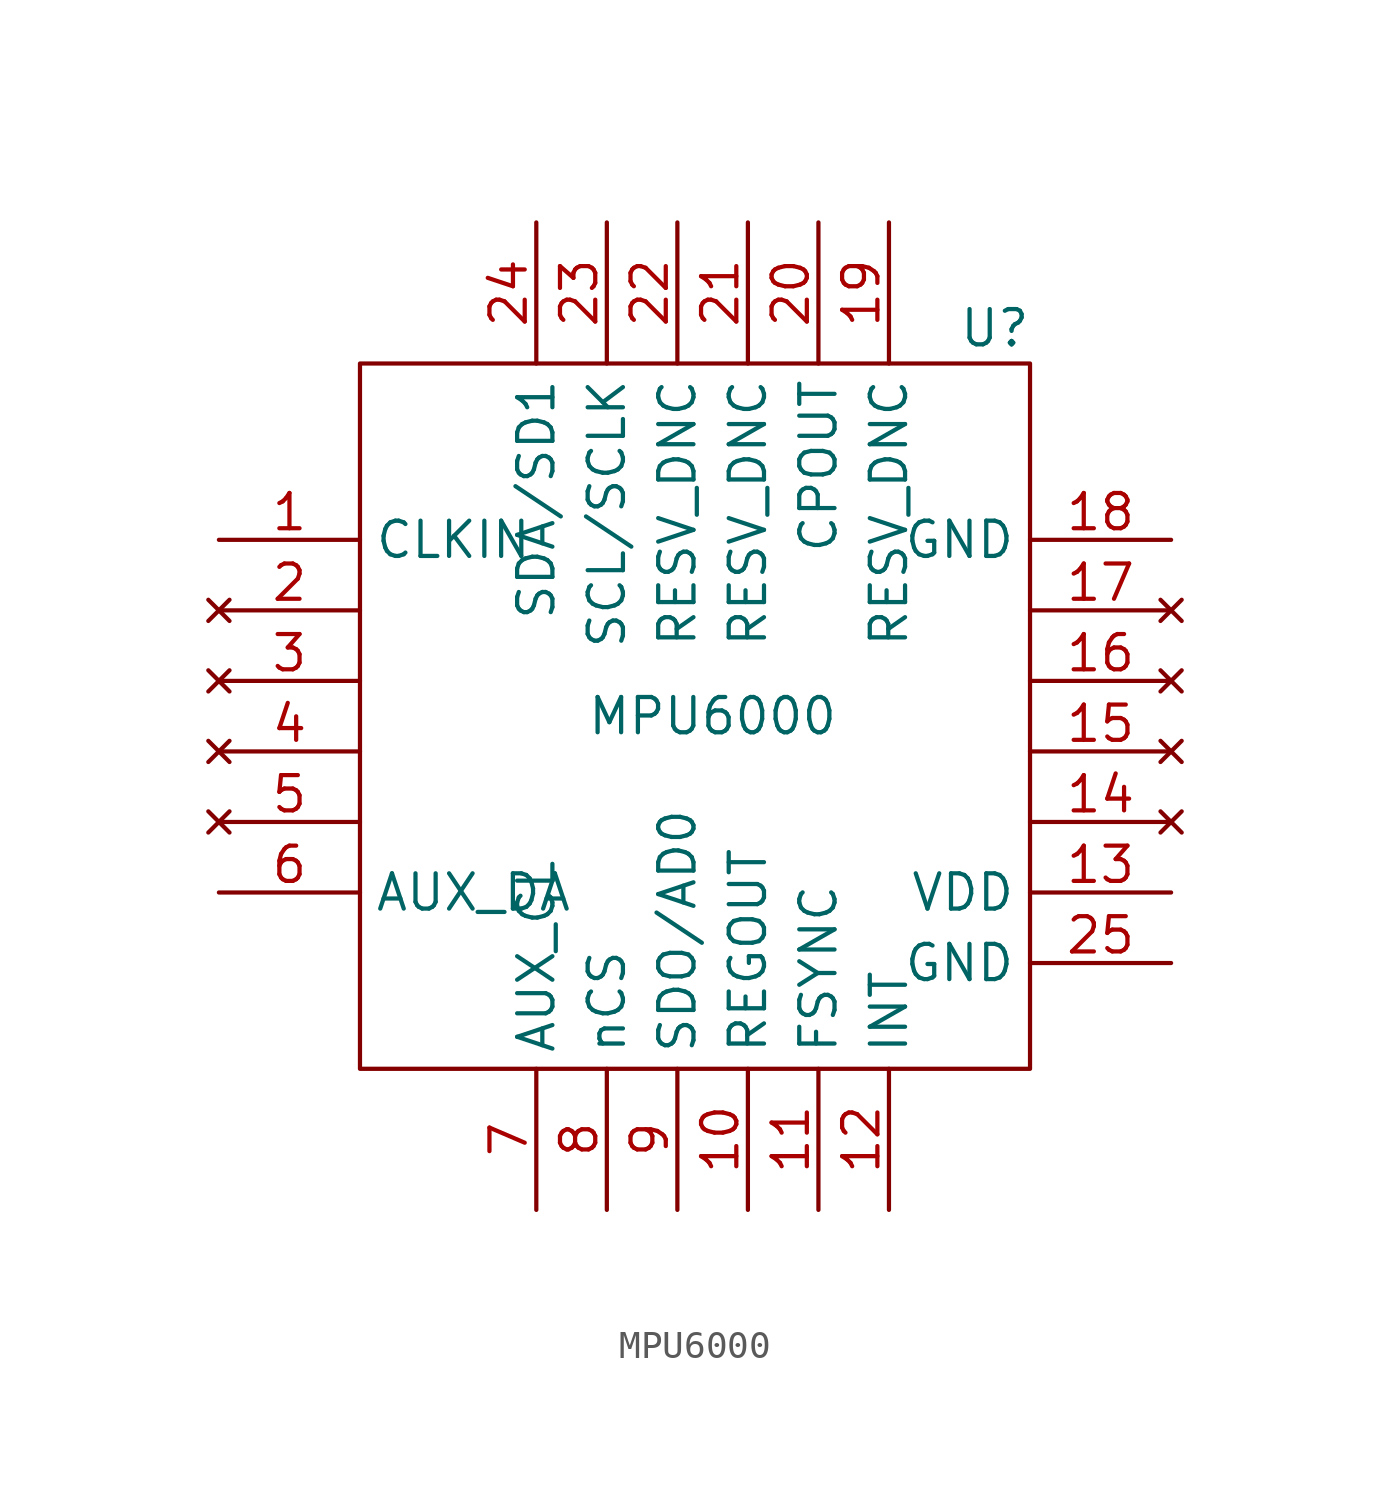
<source format=kicad_sym>
(kicad_symbol_lib
  (version 20231120)
  (generator "kicad_symbol_editor")
  (generator_version "8.0")
  (symbol "MPU6000"
    (property "Reference" "U"
      (at 10.16 13.97 0)
      (effects (font (size 1.27 1.27))))
    (property "Value" "MPU6000"
      (at 0 0 0)
      (effects (font (size 1.27 1.27))))
    (symbol "MPU6000_0_1"
      (rectangle (start -12.7 12.7) (end 11.43 -12.7) (stroke (width 0) (type solid)) (fill (type none))))
    (symbol "MPU6000_1_1"
      (pin input line (at -17.78 6.35 0) (length 5.08) (name "CLKIN" (effects (font (size 1.27 1.27)))) (number "1" (effects (font (size 1.27 1.27)))))
      (pin power_out line (at 1.27 -17.78 90) (length 5.08) (name "REGOUT" (effects (font (size 1.27 1.27)))) (number "10" (effects (font (size 1.27 1.27)))))
      (pin input line (at 3.81 -17.78 90) (length 5.08) (name "FSYNC" (effects (font (size 1.27 1.27)))) (number "11" (effects (font (size 1.27 1.27)))))
      (pin output line (at 6.35 -17.78 90) (length 5.08) (name "INT" (effects (font (size 1.27 1.27)))) (number "12" (effects (font (size 1.27 1.27)))))
      (pin power_in line (at 16.51 -6.35 180) (length 5.08) (name "VDD" (effects (font (size 1.27 1.27)))) (number "13" (effects (font (size 1.27 1.27)))))
      (pin no_connect line (at 16.51 -3.81 180) (length 5.08) (name "~" (effects (font (size 1.27 1.27)))) (number "14" (effects (font (size 1.27 1.27)))))
      (pin no_connect line (at 16.51 -1.27 180) (length 5.08) (name "~" (effects (font (size 1.27 1.27)))) (number "15" (effects (font (size 1.27 1.27)))))
      (pin no_connect line (at 16.51 1.27 180) (length 5.08) (name "~" (effects (font (size 1.27 1.27)))) (number "16" (effects (font (size 1.27 1.27)))))
      (pin no_connect line (at 16.51 3.81 180) (length 5.08) (name "~" (effects (font (size 1.27 1.27)))) (number "17" (effects (font (size 1.27 1.27)))))
      (pin power_in line (at 16.51 6.35 180) (length 5.08) (name "GND" (effects (font (size 1.27 1.27)))) (number "18" (effects (font (size 1.27 1.27)))))
      (pin unspecified line (at 6.35 17.78 270) (length 5.08) (name "RESV_DNC" (effects (font (size 1.27 1.27)))) (number "19" (effects (font (size 1.27 1.27)))))
      (pin no_connect line (at -17.78 3.81 0) (length 5.08) (name "~" (effects (font (size 1.27 1.27)))) (number "2" (effects (font (size 1.27 1.27)))))
      (pin output line (at 3.81 17.78 270) (length 5.08) (name "CPOUT" (effects (font (size 1.27 1.27)))) (number "20" (effects (font (size 1.27 1.27)))))
      (pin unspecified line (at 1.27 17.78 270) (length 5.08) (name "RESV_DNC" (effects (font (size 1.27 1.27)))) (number "21" (effects (font (size 1.27 1.27)))))
      (pin unspecified line (at -1.27 17.78 270) (length 5.08) (name "RESV_DNC" (effects (font (size 1.27 1.27)))) (number "22" (effects (font (size 1.27 1.27)))))
      (pin bidirectional line (at -3.81 17.78 270) (length 5.08) (name "SCL/SCLK" (effects (font (size 1.27 1.27)))) (number "23" (effects (font (size 1.27 1.27)))))
      (pin bidirectional line (at -6.35 17.78 270) (length 5.08) (name "SDA/SD1" (effects (font (size 1.27 1.27)))) (number "24" (effects (font (size 1.27 1.27)))))
      (pin bidirectional line (at 16.51 -8.89 180) (length 5.08) (name "GND" (effects (font (size 1.27 1.27)))) (number "25" (effects (font (size 1.27 1.27)))))
      (pin no_connect line (at -17.78 1.27 0) (length 5.08) (name "~" (effects (font (size 1.27 1.27)))) (number "3" (effects (font (size 1.27 1.27)))))
      (pin no_connect line (at -17.78 -1.27 0) (length 5.08) (name "~" (effects (font (size 1.27 1.27)))) (number "4" (effects (font (size 1.27 1.27)))))
      (pin no_connect line (at -17.78 -3.81 0) (length 5.08) (name "~" (effects (font (size 1.27 1.27)))) (number "5" (effects (font (size 1.27 1.27)))))
      (pin input line (at -17.78 -6.35 0) (length 5.08) (name "AUX_DA" (effects (font (size 1.27 1.27)))) (number "6" (effects (font (size 1.27 1.27)))))
      (pin bidirectional line (at -6.35 -17.78 90) (length 5.08) (name "AUX_CL" (effects (font (size 1.27 1.27)))) (number "7" (effects (font (size 1.27 1.27)))))
      (pin input line (at -3.81 -17.78 90) (length 5.08) (name "nCS" (effects (font (size 1.27 1.27)))) (number "8" (effects (font (size 1.27 1.27)))))
      (pin bidirectional line (at -1.27 -17.78 90) (length 5.08) (name "SDO/AD0" (effects (font (size 1.27 1.27)))) (number "9" (effects (font (size 1.27 1.27))))))))
</source>
